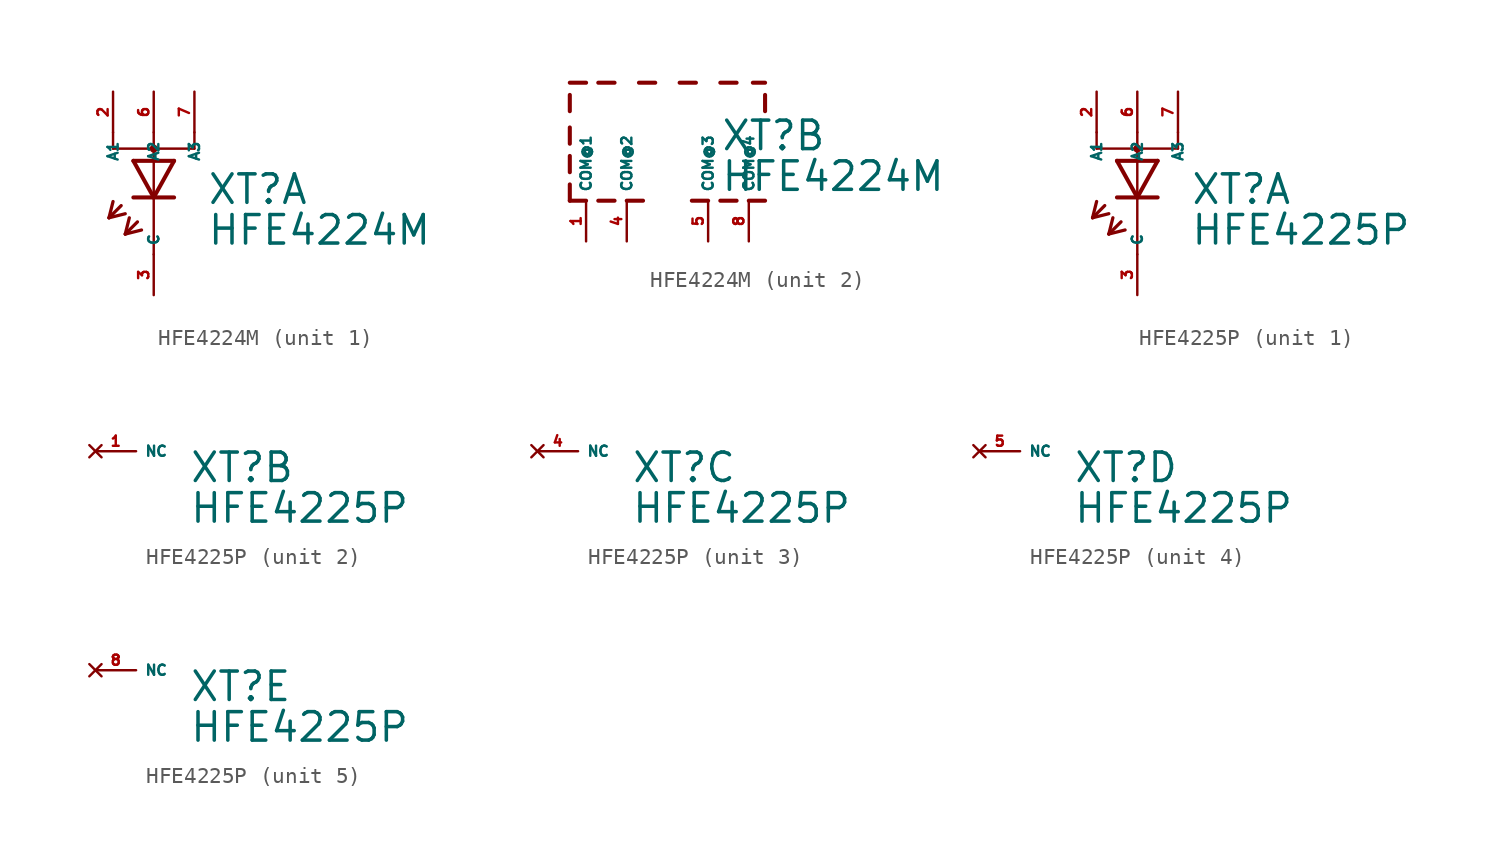
<source format=kicad_sym>
(kicad_symbol_lib
  (version 20220914)
  (generator Eagle2Kicad)
  (symbol "HFE4224M"
    (property "Reference" "XT"
      (at 3.302 -2.057 0)
      (effects (font (size 1.778 1.778) (thickness 0.22)) (justify left bottom)))
    (property "Value" "HFE4224M"
      (at 3.302 -4.597 0)
      (effects (font (size 1.778 1.778) (thickness 0.22)) (justify left bottom)))
    (symbol "HFE4224M_1_0"
      (polyline (pts (xy -1.27 0.762) (xy 0 -1.524)) (stroke (width 0.254) (type default)) (fill (type none)))
      (polyline (pts (xy 0 -1.524) (xy 1.27 0.762)) (stroke (width 0.254) (type default)) (fill (type none)))
      (polyline (pts (xy 1.27 -1.524) (xy 0 -1.524)) (stroke (width 0.254) (type default)) (fill (type none)))
      (polyline (pts (xy 1.27 0.762) (xy -1.27 0.762)) (stroke (width 0.254) (type default)) (fill (type none)))
      (polyline (pts (xy 0 -1.524) (xy -1.27 -1.524)) (stroke (width 0.254) (type default)) (fill (type none)))
      (polyline (pts (xy -2.032 -2.032) (xy -2.794 -2.794)) (stroke (width 0.203) (type default)) (fill (type none)))
      (polyline (pts (xy -2.794 -2.794) (xy -1.778 -2.54)) (stroke (width 0.203) (type default)) (fill (type none)))
      (polyline (pts (xy -2.794 -2.794) (xy -2.54 -1.778)) (stroke (width 0.203) (type default)) (fill (type none)))
      (polyline (pts (xy -1.016 -3.048) (xy -1.778 -3.81)) (stroke (width 0.203) (type default)) (fill (type none)))
      (polyline (pts (xy -1.778 -3.81) (xy -0.762 -3.556)) (stroke (width 0.203) (type default)) (fill (type none)))
      (polyline (pts (xy -1.778 -3.81) (xy -1.524 -2.794)) (stroke (width 0.203) (type default)) (fill (type none)))
      (polyline (pts (xy 2.54 1.524) (xy 0 1.524)) (stroke (width 0.152) (type default)) (fill (type none)))
      (polyline (pts (xy 0 1.524) (xy -2.54 1.524)) (stroke (width 0.152) (type default)) (fill (type none)))
      (polyline (pts (xy 0 -5.08) (xy 0 1.524)) (stroke (width 0.152) (type default)) (fill (type none)))
      (polyline (pts (xy 0 1.524) (xy 0 1.778)) (stroke (width 0.152) (type default)) (fill (type none)))
      (polyline (pts (xy 2.54 1.524) (xy 2.54 2.54)) (stroke (width 0.152) (type default)) (fill (type none)))
      (polyline (pts (xy 0 1.524) (xy 0 2.54)) (stroke (width 0.152) (type default)) (fill (type none)))
      (polyline (pts (xy -2.54 1.524) (xy -2.54 2.54)) (stroke (width 0.152) (type default)) (fill (type none)))
      (circle (center 0 1.524) (radius 0.127) (stroke (width 0.254) (type default)) (fill (type none)))
      (pin passive line (at 0 -7.62 90) (length 2.54) (name "C" (effects (font (size 0.635 0.635) (thickness 0.08)) (justify left bottom))) (number "3" (effects (font (size 0.635 0.635) (thickness 0.08)) (justify left bottom))))
      (pin passive line (at 0 5.08 270) (length 2.54) (name "A2" (effects (font (size 0.635 0.635) (thickness 0.08)) (justify left bottom))) (number "6" (effects (font (size 0.635 0.635) (thickness 0.08)) (justify left bottom))))
      (pin passive line (at 2.54 5.08 270) (length 2.54) (name "A3" (effects (font (size 0.635 0.635) (thickness 0.08)) (justify left bottom))) (number "7" (effects (font (size 0.635 0.635) (thickness 0.08)) (justify left bottom))))
      (pin passive line (at -2.54 5.08 270) (length 2.54) (name "A1" (effects (font (size 0.635 0.635) (thickness 0.08)) (justify left bottom))) (number "2" (effects (font (size 0.635 0.635) (thickness 0.08)) (justify left bottom)))))
    (symbol "HFE4224M_2_0"
      (polyline (pts (xy -1.778 2.286) (xy -0.762 2.286)) (stroke (width 0.254) (type default)) (fill (type none)))
      (polyline (pts (xy 0.762 2.286) (xy 1.778 2.286)) (stroke (width 0.254) (type default)) (fill (type none)))
      (polyline (pts (xy 3.302 2.286) (xy 4.318 2.286)) (stroke (width 0.254) (type default)) (fill (type none)))
      (polyline (pts (xy 6.096 2.286) (xy 5.334 2.286)) (stroke (width 0.254) (type default)) (fill (type none)))
      (polyline (pts (xy 5.08 -5.08) (xy 6.096 -5.08)) (stroke (width 0.254) (type default)) (fill (type none)))
      (polyline (pts (xy 4.318 -5.08) (xy 3.302 -5.08)) (stroke (width 0.254) (type default)) (fill (type none)))
      (polyline (pts (xy 2.54 -5.08) (xy 1.524 -5.08)) (stroke (width 0.254) (type default)) (fill (type none)))
      (polyline (pts (xy -1.524 -5.08) (xy -2.54 -5.08)) (stroke (width 0.254) (type default)) (fill (type none)))
      (polyline (pts (xy -3.302 -5.08) (xy -4.318 -5.08)) (stroke (width 0.254) (type default)) (fill (type none)))
      (polyline (pts (xy -5.08 -5.08) (xy -6.096 -5.08)) (stroke (width 0.254) (type default)) (fill (type none)))
      (polyline (pts (xy -4.318 2.286) (xy -3.302 2.286)) (stroke (width 0.254) (type default)) (fill (type none)))
      (polyline (pts (xy -6.096 2.286) (xy -5.08 2.286)) (stroke (width 0.254) (type default)) (fill (type none)))
      (polyline (pts (xy -6.096 0.508) (xy -6.096 1.524)) (stroke (width 0.254) (type default)) (fill (type none)))
      (polyline (pts (xy -6.096 -1.524) (xy -6.096 -0.508)) (stroke (width 0.254) (type default)) (fill (type none)))
      (polyline (pts (xy -6.096 -3.302) (xy -6.096 -2.286)) (stroke (width 0.254) (type default)) (fill (type none)))
      (polyline (pts (xy -6.096 -5.08) (xy -6.096 -4.064)) (stroke (width 0.254) (type default)) (fill (type none)))
      (polyline (pts (xy 6.096 1.524) (xy 6.096 0.508)) (stroke (width 0.254) (type default)) (fill (type none)))
      (pin unspecified line (at 5.08 -7.62 90) (length 2.54) (name "COM@4" (effects (font (size 0.635 0.635) (thickness 0.08)) (justify left bottom))) (number "8" (effects (font (size 0.635 0.635) (thickness 0.08)) (justify left bottom))))
      (pin unspecified line (at -2.54 -7.62 90) (length 2.54) (name "COM@2" (effects (font (size 0.635 0.635) (thickness 0.08)) (justify left bottom))) (number "4" (effects (font (size 0.635 0.635) (thickness 0.08)) (justify left bottom))))
      (pin unspecified line (at 2.54 -7.62 90) (length 2.54) (name "COM@3" (effects (font (size 0.635 0.635) (thickness 0.08)) (justify left bottom))) (number "5" (effects (font (size 0.635 0.635) (thickness 0.08)) (justify left bottom))))
      (pin unspecified line (at -5.08 -7.62 90) (length 2.54) (name "COM@1" (effects (font (size 0.635 0.635) (thickness 0.08)) (justify left bottom))) (number "1" (effects (font (size 0.635 0.635) (thickness 0.08)) (justify left bottom))))))
  (symbol "HFE4225P"
    (property "Reference" "XT"
      (at 3.302 -2.057 0)
      (effects (font (size 1.778 1.778) (thickness 0.22)) (justify left bottom)))
    (property "Value" "HFE4225P"
      (at 3.302 -4.597 0)
      (effects (font (size 1.778 1.778) (thickness 0.22)) (justify left bottom)))
    (symbol "HFE4225P_1_0"
      (polyline (pts (xy -1.27 0.762) (xy 0 -1.524)) (stroke (width 0.254) (type default)) (fill (type none)))
      (polyline (pts (xy 0 -1.524) (xy 1.27 0.762)) (stroke (width 0.254) (type default)) (fill (type none)))
      (polyline (pts (xy 1.27 -1.524) (xy 0 -1.524)) (stroke (width 0.254) (type default)) (fill (type none)))
      (polyline (pts (xy 1.27 0.762) (xy -1.27 0.762)) (stroke (width 0.254) (type default)) (fill (type none)))
      (polyline (pts (xy 0 -1.524) (xy -1.27 -1.524)) (stroke (width 0.254) (type default)) (fill (type none)))
      (polyline (pts (xy -2.032 -2.032) (xy -2.794 -2.794)) (stroke (width 0.203) (type default)) (fill (type none)))
      (polyline (pts (xy -2.794 -2.794) (xy -1.778 -2.54)) (stroke (width 0.203) (type default)) (fill (type none)))
      (polyline (pts (xy -2.794 -2.794) (xy -2.54 -1.778)) (stroke (width 0.203) (type default)) (fill (type none)))
      (polyline (pts (xy -1.016 -3.048) (xy -1.778 -3.81)) (stroke (width 0.203) (type default)) (fill (type none)))
      (polyline (pts (xy -1.778 -3.81) (xy -0.762 -3.556)) (stroke (width 0.203) (type default)) (fill (type none)))
      (polyline (pts (xy -1.778 -3.81) (xy -1.524 -2.794)) (stroke (width 0.203) (type default)) (fill (type none)))
      (polyline (pts (xy 2.54 1.524) (xy 0 1.524)) (stroke (width 0.152) (type default)) (fill (type none)))
      (polyline (pts (xy 0 1.524) (xy -2.54 1.524)) (stroke (width 0.152) (type default)) (fill (type none)))
      (polyline (pts (xy 0 -5.08) (xy 0 1.524)) (stroke (width 0.152) (type default)) (fill (type none)))
      (polyline (pts (xy 0 1.524) (xy 0 1.778)) (stroke (width 0.152) (type default)) (fill (type none)))
      (polyline (pts (xy 2.54 1.524) (xy 2.54 2.54)) (stroke (width 0.152) (type default)) (fill (type none)))
      (polyline (pts (xy 0 1.524) (xy 0 2.54)) (stroke (width 0.152) (type default)) (fill (type none)))
      (polyline (pts (xy -2.54 1.524) (xy -2.54 2.54)) (stroke (width 0.152) (type default)) (fill (type none)))
      (circle (center 0 1.524) (radius 0.127) (stroke (width 0.254) (type default)) (fill (type none)))
      (pin passive line (at 0 -7.62 90) (length 2.54) (name "C" (effects (font (size 0.635 0.635) (thickness 0.08)) (justify left bottom))) (number "3" (effects (font (size 0.635 0.635) (thickness 0.08)) (justify left bottom))))
      (pin passive line (at 0 5.08 270) (length 2.54) (name "A2" (effects (font (size 0.635 0.635) (thickness 0.08)) (justify left bottom))) (number "6" (effects (font (size 0.635 0.635) (thickness 0.08)) (justify left bottom))))
      (pin passive line (at 2.54 5.08 270) (length 2.54) (name "A3" (effects (font (size 0.635 0.635) (thickness 0.08)) (justify left bottom))) (number "7" (effects (font (size 0.635 0.635) (thickness 0.08)) (justify left bottom))))
      (pin passive line (at -2.54 5.08 270) (length 2.54) (name "A1" (effects (font (size 0.635 0.635) (thickness 0.08)) (justify left bottom))) (number "2" (effects (font (size 0.635 0.635) (thickness 0.08)) (justify left bottom)))))
    (symbol "HFE4225P_2_0"
      (pin no_connect line (at -2.54 0 0) (length 2.54) (name "NC" (effects (font (size 0.635 0.635) (thickness 0.08)) (justify left bottom) hide)) (number "1" (effects (font (size 0.635 0.635) (thickness 0.08)) (justify left bottom) hide))))
    (symbol "HFE4225P_3_0"
      (pin no_connect line (at -2.54 0 0) (length 2.54) (name "NC" (effects (font (size 0.635 0.635) (thickness 0.08)) (justify left bottom) hide)) (number "4" (effects (font (size 0.635 0.635) (thickness 0.08)) (justify left bottom) hide))))
    (symbol "HFE4225P_4_0"
      (pin no_connect line (at -2.54 0 0) (length 2.54) (name "NC" (effects (font (size 0.635 0.635) (thickness 0.08)) (justify left bottom) hide)) (number "5" (effects (font (size 0.635 0.635) (thickness 0.08)) (justify left bottom) hide))))
    (symbol "HFE4225P_5_0"
      (pin no_connect line (at -2.54 0 0) (length 2.54) (name "NC" (effects (font (size 0.635 0.635) (thickness 0.08)) (justify left bottom) hide)) (number "8" (effects (font (size 0.635 0.635) (thickness 0.08)) (justify left bottom) hide))))))
</source>
